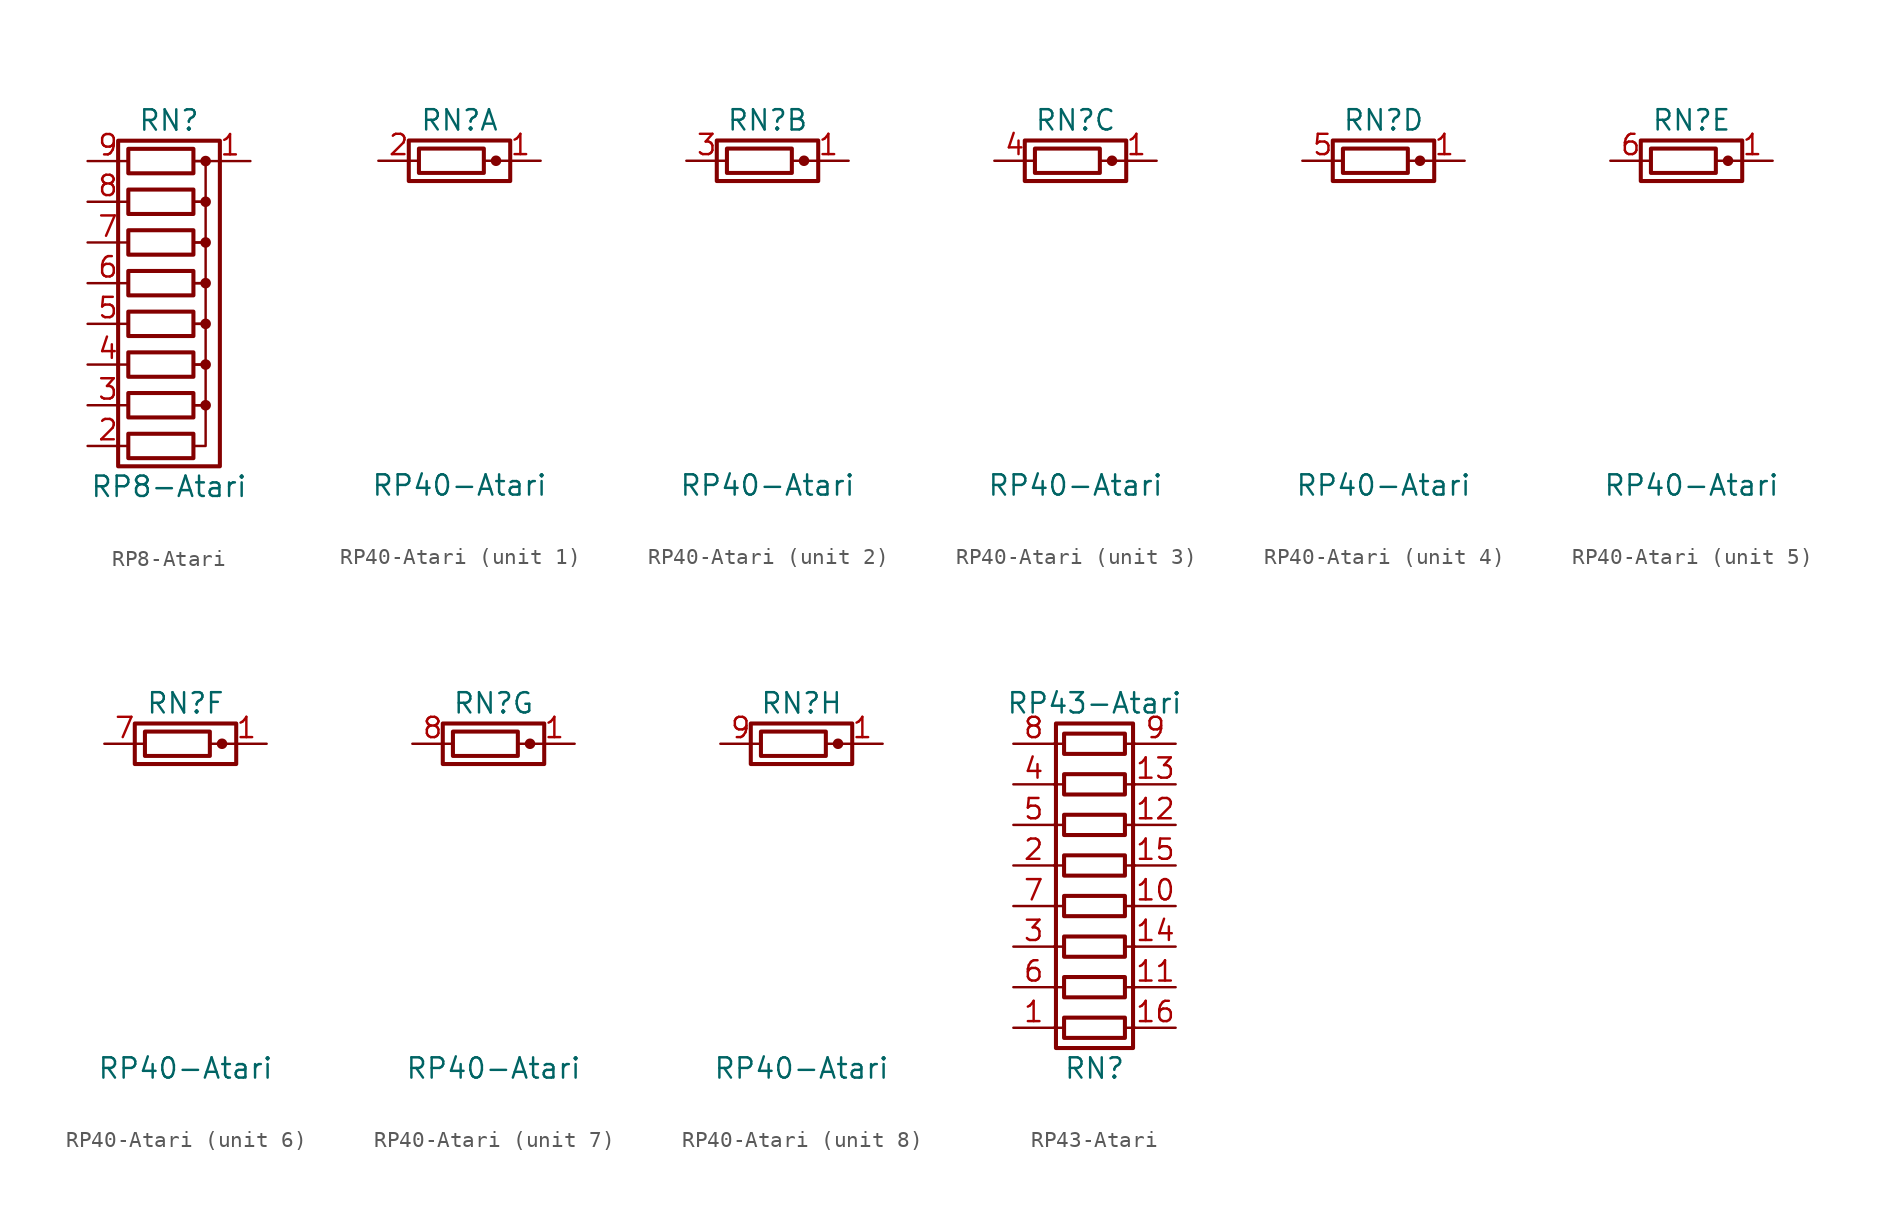
<source format=kicad_sym>
(kicad_symbol_lib
  (version 20231120)
  (generator "kicad_symbol_editor")
  (generator_version "8.0")
  (symbol "RP8-Atari"
    (pin_names
      (offset 0) hide)
    (property "Reference" "RN"
      (at 0 11.43 0)
      (effects (font (size 1.27 1.27))))
    (property "Value" "RP8-Atari"
      (at 0 -11.43 0)
      (effects (font (size 1.27 1.27))))
    (symbol "RP8-Atari_0_1"
      (rectangle (start -3.175 10.16) (end 3.175 -10.16) (stroke (width 0.254) (type solid)) (fill (type none)))
      (polyline (pts (xy 2.54 8.89) (xy 1.524 8.89)) (stroke (width 0) (type solid)) (fill (type none)))
      (polyline (pts (xy 1.524 -6.35) (xy 2.286 -6.35) (xy 2.286 -8.89) (xy 1.524 -8.89)) (stroke (width 0) (type solid)) (fill (type none)))
      (polyline (pts (xy 1.524 -3.81) (xy 2.286 -3.81) (xy 2.286 -6.35) (xy 1.524 -6.35)) (stroke (width 0) (type solid)) (fill (type none)))
      (polyline (pts (xy 1.524 -1.27) (xy 2.286 -1.27) (xy 2.286 -3.81) (xy 1.524 -3.81)) (stroke (width 0) (type solid)) (fill (type none)))
      (polyline (pts (xy 1.524 1.27) (xy 2.286 1.27) (xy 2.286 -1.27) (xy 1.524 -1.27)) (stroke (width 0) (type solid)) (fill (type none)))
      (polyline (pts (xy 1.524 3.81) (xy 2.286 3.81) (xy 2.286 1.27) (xy 1.524 1.27)) (stroke (width 0) (type solid)) (fill (type none)))
      (polyline (pts (xy 1.524 6.35) (xy 2.286 6.35) (xy 2.286 3.81) (xy 1.524 3.81)) (stroke (width 0) (type solid)) (fill (type none)))
      (polyline (pts (xy 1.524 8.89) (xy 2.286 8.89) (xy 2.286 6.35) (xy 1.524 6.35)) (stroke (width 0) (type solid)) (fill (type none)))
      (rectangle (start 1.524 -8.128) (end -2.54 -9.652) (stroke (width 0.254) (type solid)) (fill (type none)))
      (rectangle (start 1.524 -5.588) (end -2.54 -7.112) (stroke (width 0.254) (type solid)) (fill (type none)))
      (rectangle (start 1.524 -3.048) (end -2.54 -4.572) (stroke (width 0.254) (type solid)) (fill (type none)))
      (rectangle (start 1.524 -0.508) (end -2.54 -2.032) (stroke (width 0.254) (type solid)) (fill (type none)))
      (rectangle (start 1.524 2.032) (end -2.54 0.508) (stroke (width 0.254) (type solid)) (fill (type none)))
      (rectangle (start 1.524 4.572) (end -2.54 3.048) (stroke (width 0.254) (type solid)) (fill (type none)))
      (rectangle (start 1.524 7.112) (end -2.54 5.588) (stroke (width 0.254) (type solid)) (fill (type none)))
      (rectangle (start 1.524 9.652) (end -2.54 8.128) (stroke (width 0.254) (type solid)) (fill (type none)))
      (circle (center 2.286 -6.35) (radius 0.254) (stroke (width 0) (type solid)) (fill (type outline)))
      (circle (center 2.286 -3.81) (radius 0.254) (stroke (width 0) (type solid)) (fill (type outline)))
      (circle (center 2.286 -1.27) (radius 0.254) (stroke (width 0) (type solid)) (fill (type outline)))
      (circle (center 2.286 1.27) (radius 0.254) (stroke (width 0) (type solid)) (fill (type outline)))
      (circle (center 2.286 3.81) (radius 0.254) (stroke (width 0) (type solid)) (fill (type outline)))
      (circle (center 2.286 6.35) (radius 0.254) (stroke (width 0) (type solid)) (fill (type outline)))
      (circle (center 2.286 8.89) (radius 0.254) (stroke (width 0) (type solid)) (fill (type outline))))
    (symbol "RP8-Atari_1_1"
      (pin passive line (at 5.08 8.89 180) (length 2.54) (name "common" (effects (font (size 1.27 1.27)))) (number "1" (effects (font (size 1.27 1.27)))))
      (pin passive line (at -5.08 -8.89 0) (length 2.54) (name "R8" (effects (font (size 1.27 1.27)))) (number "2" (effects (font (size 1.27 1.27)))))
      (pin passive line (at -5.08 -6.35 0) (length 2.54) (name "R7" (effects (font (size 1.27 1.27)))) (number "3" (effects (font (size 1.27 1.27)))))
      (pin passive line (at -5.08 -3.81 0) (length 2.54) (name "R6" (effects (font (size 1.27 1.27)))) (number "4" (effects (font (size 1.27 1.27)))))
      (pin passive line (at -5.08 -1.27 0) (length 2.54) (name "R5" (effects (font (size 1.27 1.27)))) (number "5" (effects (font (size 1.27 1.27)))))
      (pin passive line (at -5.08 1.27 0) (length 2.54) (name "R4" (effects (font (size 1.27 1.27)))) (number "6" (effects (font (size 1.27 1.27)))))
      (pin passive line (at -5.08 3.81 0) (length 2.54) (name "R3" (effects (font (size 1.27 1.27)))) (number "7" (effects (font (size 1.27 1.27)))))
      (pin passive line (at -5.08 6.35 0) (length 2.54) (name "R2" (effects (font (size 1.27 1.27)))) (number "8" (effects (font (size 1.27 1.27)))))
      (pin passive line (at -5.08 8.89 0) (length 2.54) (name "R1" (effects (font (size 1.27 1.27)))) (number "9" (effects (font (size 1.27 1.27)))))))
  (symbol "RP40-Atari"
    (pin_names
      (offset 0) hide)
    (property "Reference" "RN"
      (at 0 11.43 0)
      (effects (font (size 1.27 1.27))))
    (property "Value" "RP40-Atari"
      (at 0 -11.43 0)
      (effects (font (size 1.27 1.27))))
    (symbol "RP40-Atari_0_1"
      (rectangle (start -3.175 10.16) (end 3.175 7.62) (stroke (width 0.254) (type solid)) (fill (type none)))
      (polyline (pts (xy 2.54 8.89) (xy 1.524 8.89)) (stroke (width 0) (type solid)) (fill (type none)))
      (rectangle (start 1.524 9.652) (end -2.54 8.128) (stroke (width 0.254) (type solid)) (fill (type none)))
      (circle (center 2.286 8.89) (radius 0.254) (stroke (width 0) (type solid)) (fill (type outline))))
    (symbol "RP40-Atari_1_1"
      (pin passive line (at 5.08 8.89 180) (length 2.54) (name "common" (effects (font (size 1.27 1.27)))) (number "1" (effects (font (size 1.27 1.27)))))
      (pin passive line (at -5.08 8.89 0) (length 2.54) (name "R1" (effects (font (size 1.27 1.27)))) (number "2" (effects (font (size 1.27 1.27))))))
    (symbol "RP40-Atari_2_1"
      (pin passive line (at 5.08 8.89 180) (length 2.54) (name "common" (effects (font (size 1.27 1.27)))) (number "1" (effects (font (size 1.27 1.27)))))
      (pin passive line (at -5.08 8.89 0) (length 2.54) (name "R1" (effects (font (size 1.27 1.27)))) (number "3" (effects (font (size 1.27 1.27))))))
    (symbol "RP40-Atari_3_1"
      (pin passive line (at 5.08 8.89 180) (length 2.54) (name "common" (effects (font (size 1.27 1.27)))) (number "1" (effects (font (size 1.27 1.27)))))
      (pin passive line (at -5.08 8.89 0) (length 2.54) (name "R6" (effects (font (size 1.27 1.27)))) (number "4" (effects (font (size 1.27 1.27))))))
    (symbol "RP40-Atari_4_1"
      (pin passive line (at 5.08 8.89 180) (length 2.54) (name "common" (effects (font (size 1.27 1.27)))) (number "1" (effects (font (size 1.27 1.27)))))
      (pin passive line (at -5.08 8.89 0) (length 2.54) (name "R5" (effects (font (size 1.27 1.27)))) (number "5" (effects (font (size 1.27 1.27))))))
    (symbol "RP40-Atari_5_1"
      (pin passive line (at 5.08 8.89 180) (length 2.54) (name "common" (effects (font (size 1.27 1.27)))) (number "1" (effects (font (size 1.27 1.27)))))
      (pin passive line (at -5.08 8.89 0) (length 2.54) (name "R4" (effects (font (size 1.27 1.27)))) (number "6" (effects (font (size 1.27 1.27))))))
    (symbol "RP40-Atari_6_1"
      (pin passive line (at 5.08 8.89 180) (length 2.54) (name "common" (effects (font (size 1.27 1.27)))) (number "1" (effects (font (size 1.27 1.27)))))
      (pin passive line (at -5.08 8.89 0) (length 2.54) (name "R3" (effects (font (size 1.27 1.27)))) (number "7" (effects (font (size 1.27 1.27))))))
    (symbol "RP40-Atari_7_1"
      (pin passive line (at 5.08 8.89 180) (length 2.54) (name "common" (effects (font (size 1.27 1.27)))) (number "1" (effects (font (size 1.27 1.27)))))
      (pin passive line (at -5.08 8.89 0) (length 2.54) (name "R2" (effects (font (size 1.27 1.27)))) (number "8" (effects (font (size 1.27 1.27))))))
    (symbol "RP40-Atari_8_1"
      (pin passive line (at 5.08 8.89 180) (length 2.54) (name "common" (effects (font (size 1.27 1.27)))) (number "1" (effects (font (size 1.27 1.27)))))
      (pin passive line (at -5.08 8.89 0) (length 2.54) (name "R1" (effects (font (size 1.27 1.27)))) (number "9" (effects (font (size 1.27 1.27)))))))
  (symbol "RP43-Atari"
    (pin_names
      (offset 0) hide)
    (property "Reference" "RN"
      (at 0 -11.43 0)
      (effects (font (size 1.27 1.27))))
    (property "Value" "RP43-Atari"
      (at 0 11.43 0)
      (effects (font (size 1.27 1.27))))
    (symbol "RP43-Atari_0_1"
      (rectangle (start -2.413 -10.16) (end 2.413 10.16) (stroke (width 0.254) (type solid)) (fill (type none)))
      (polyline (pts (xy -2.54 -8.89) (xy -1.905 -8.89)) (stroke (width 0) (type solid)) (fill (type none)))
      (polyline (pts (xy -2.54 -6.35) (xy -1.905 -6.35)) (stroke (width 0) (type solid)) (fill (type none)))
      (polyline (pts (xy -2.54 -3.81) (xy -1.905 -3.81)) (stroke (width 0) (type solid)) (fill (type none)))
      (polyline (pts (xy -2.54 -1.27) (xy -1.905 -1.27)) (stroke (width 0) (type solid)) (fill (type none)))
      (polyline (pts (xy -2.54 1.27) (xy -1.905 1.27)) (stroke (width 0) (type solid)) (fill (type none)))
      (polyline (pts (xy -2.54 3.81) (xy -1.905 3.81)) (stroke (width 0) (type solid)) (fill (type none)))
      (polyline (pts (xy -2.54 6.35) (xy -1.905 6.35)) (stroke (width 0) (type solid)) (fill (type none)))
      (polyline (pts (xy -2.54 8.89) (xy -1.905 8.89)) (stroke (width 0) (type solid)) (fill (type none)))
      (polyline (pts (xy 1.905 -8.89) (xy 2.54 -8.89)) (stroke (width 0) (type solid)) (fill (type none)))
      (polyline (pts (xy 1.905 -6.35) (xy 2.54 -6.35)) (stroke (width 0) (type solid)) (fill (type none)))
      (polyline (pts (xy 1.905 -3.81) (xy 2.54 -3.81)) (stroke (width 0) (type solid)) (fill (type none)))
      (polyline (pts (xy 1.905 -1.27) (xy 2.54 -1.27)) (stroke (width 0) (type solid)) (fill (type none)))
      (polyline (pts (xy 1.905 1.27) (xy 2.54 1.27)) (stroke (width 0) (type solid)) (fill (type none)))
      (polyline (pts (xy 1.905 3.81) (xy 2.54 3.81)) (stroke (width 0) (type solid)) (fill (type none)))
      (polyline (pts (xy 1.905 6.35) (xy 2.54 6.35)) (stroke (width 0) (type solid)) (fill (type none)))
      (polyline (pts (xy 1.905 8.89) (xy 2.54 8.89)) (stroke (width 0) (type solid)) (fill (type none)))
      (rectangle (start 1.905 -9.525) (end -1.905 -8.255) (stroke (width 0.254) (type solid)) (fill (type none)))
      (rectangle (start 1.905 -6.985) (end -1.905 -5.715) (stroke (width 0.254) (type solid)) (fill (type none)))
      (rectangle (start 1.905 -4.445) (end -1.905 -3.175) (stroke (width 0.254) (type solid)) (fill (type none)))
      (rectangle (start 1.905 -1.905) (end -1.905 -0.635) (stroke (width 0.254) (type solid)) (fill (type none)))
      (rectangle (start 1.905 0.635) (end -1.905 1.905) (stroke (width 0.254) (type solid)) (fill (type none)))
      (rectangle (start 1.905 3.175) (end -1.905 4.445) (stroke (width 0.254) (type solid)) (fill (type none)))
      (rectangle (start 1.905 5.715) (end -1.905 6.985) (stroke (width 0.254) (type solid)) (fill (type none)))
      (rectangle (start 1.905 8.255) (end -1.905 9.525) (stroke (width 0.254) (type solid)) (fill (type none))))
    (symbol "RP43-Atari_1_1"
      (pin passive line (at -5.08 -8.89 0) (length 2.54) (name "R1.1" (effects (font (size 1.27 1.27)))) (number "1" (effects (font (size 1.27 1.27)))))
      (pin passive line (at 5.08 -1.27 180) (length 2.54) (name "R4.2" (effects (font (size 1.27 1.27)))) (number "10" (effects (font (size 1.27 1.27)))))
      (pin passive line (at 5.08 -6.35 180) (length 2.54) (name "R2.2" (effects (font (size 1.27 1.27)))) (number "11" (effects (font (size 1.27 1.27)))))
      (pin passive line (at 5.08 3.81 180) (length 2.54) (name "R6.2" (effects (font (size 1.27 1.27)))) (number "12" (effects (font (size 1.27 1.27)))))
      (pin passive line (at 5.08 6.35 180) (length 2.54) (name "R7.2" (effects (font (size 1.27 1.27)))) (number "13" (effects (font (size 1.27 1.27)))))
      (pin passive line (at 5.08 -3.81 180) (length 2.54) (name "R3.2" (effects (font (size 1.27 1.27)))) (number "14" (effects (font (size 1.27 1.27)))))
      (pin passive line (at 5.08 1.27 180) (length 2.54) (name "R5.2" (effects (font (size 1.27 1.27)))) (number "15" (effects (font (size 1.27 1.27)))))
      (pin passive line (at 5.08 -8.89 180) (length 2.54) (name "R1.2" (effects (font (size 1.27 1.27)))) (number "16" (effects (font (size 1.27 1.27)))))
      (pin passive line (at -5.08 1.27 0) (length 2.54) (name "R5.1" (effects (font (size 1.27 1.27)))) (number "2" (effects (font (size 1.27 1.27)))))
      (pin passive line (at -5.08 -3.81 0) (length 2.54) (name "R3.1" (effects (font (size 1.27 1.27)))) (number "3" (effects (font (size 1.27 1.27)))))
      (pin passive line (at -5.08 6.35 0) (length 2.54) (name "R7.1" (effects (font (size 1.27 1.27)))) (number "4" (effects (font (size 1.27 1.27)))))
      (pin passive line (at -5.08 3.81 0) (length 2.54) (name "R6.1" (effects (font (size 1.27 1.27)))) (number "5" (effects (font (size 1.27 1.27)))))
      (pin passive line (at -5.08 -6.35 0) (length 2.54) (name "R2.1" (effects (font (size 1.27 1.27)))) (number "6" (effects (font (size 1.27 1.27)))))
      (pin passive line (at -5.08 -1.27 0) (length 2.54) (name "R4.1" (effects (font (size 1.27 1.27)))) (number "7" (effects (font (size 1.27 1.27)))))
      (pin passive line (at -5.08 8.89 0) (length 2.54) (name "R8.1" (effects (font (size 1.27 1.27)))) (number "8" (effects (font (size 1.27 1.27)))))
      (pin passive line (at 5.08 8.89 180) (length 2.54) (name "R8.2" (effects (font (size 1.27 1.27)))) (number "9" (effects (font (size 1.27 1.27))))))))
</source>
